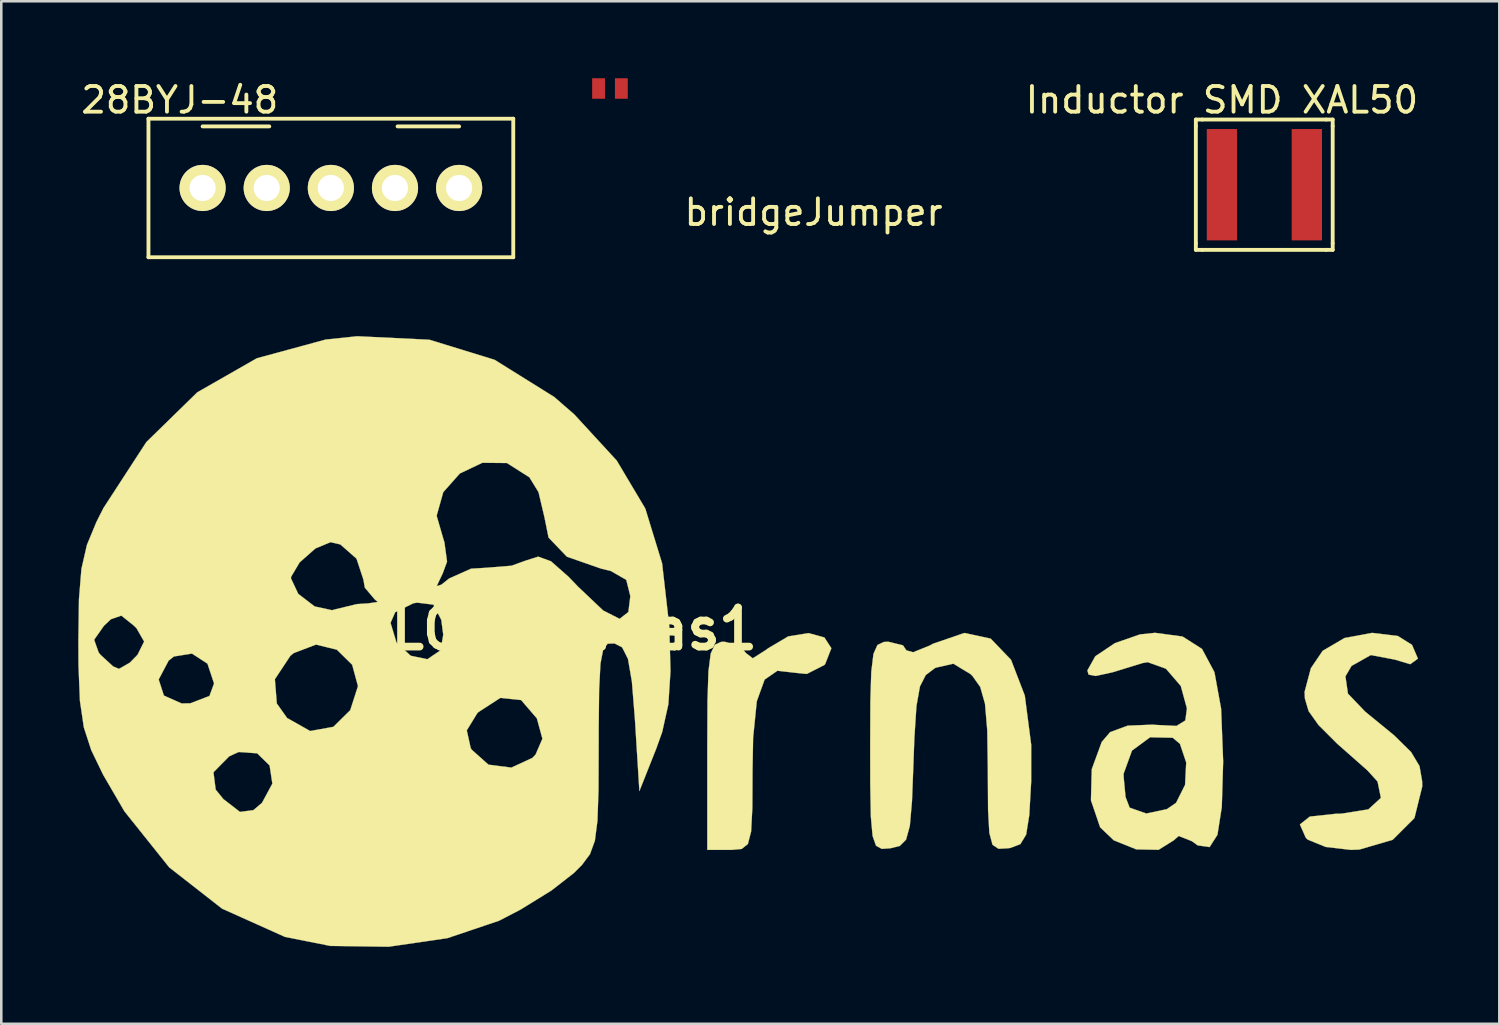
<source format=kicad_pcb>
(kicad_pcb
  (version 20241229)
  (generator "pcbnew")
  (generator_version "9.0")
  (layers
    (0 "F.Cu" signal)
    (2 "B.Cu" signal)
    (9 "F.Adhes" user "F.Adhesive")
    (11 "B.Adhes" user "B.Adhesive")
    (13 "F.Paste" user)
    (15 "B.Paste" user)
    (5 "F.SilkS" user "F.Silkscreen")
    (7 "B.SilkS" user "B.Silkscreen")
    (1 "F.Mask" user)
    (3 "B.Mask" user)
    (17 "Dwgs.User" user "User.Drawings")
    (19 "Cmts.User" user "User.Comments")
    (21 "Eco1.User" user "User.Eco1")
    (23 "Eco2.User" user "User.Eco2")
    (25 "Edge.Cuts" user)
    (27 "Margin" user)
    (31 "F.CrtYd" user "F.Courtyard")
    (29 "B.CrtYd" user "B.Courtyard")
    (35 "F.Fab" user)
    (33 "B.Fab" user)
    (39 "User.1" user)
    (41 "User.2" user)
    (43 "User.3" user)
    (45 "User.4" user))
  (footprint "28BYJ-48"
    (layer "F.Cu")
    (at 4.847 4.277)
    (property "Reference" "28BYJ-48" (at -0.889 -3.429 0) (layer "F.SilkS") (effects (font (size 1 1) (thickness 0.15))))
    (attr through_hole)
    (fp_line (start -2.11 -2.7) (end -2.11 2.7) (stroke (width 0.15) (type solid)) (layer "F.SilkS"))
    (fp_line (start -2.11 -2.7) (end 12.11 -2.7) (stroke (width 0.15) (type solid)) (layer "F.SilkS"))
    (fp_line (start 0 -2.4) (end 2.6 -2.4) (stroke (width 0.15) (type solid)) (layer "F.SilkS"))
    (fp_line (start 10 -2.4) (end 7.6 -2.4) (stroke (width 0.15) (type solid)) (layer "F.SilkS"))
    (fp_line (start 12.11 -2.7) (end 12.11 2.7) (stroke (width 0.15) (type solid)) (layer "F.SilkS"))
    (fp_line (start 12.11 2.7) (end -2.11 2.7) (stroke (width 0.15) (type solid)) (layer "F.SilkS"))
    (pad "1" thru_hole circle (at 10 0) (size 1.8 1.8) (drill 1.02) (layers "*.Cu" "*.Mask" "F.SilkS"))
    (pad "2" thru_hole circle (at 7.5 0) (size 1.8 1.8) (drill 1.02) (layers "*.Cu" "*.Mask" "F.SilkS"))
    (pad "3" thru_hole circle (at 5 0) (size 1.8 1.8) (drill 1.02) (layers "*.Cu" "*.Mask" "F.SilkS"))
    (pad "4" thru_hole circle (at 2.5 0) (size 1.8 1.8) (drill 1.02) (layers "*.Cu" "*.Mask" "F.SilkS"))
    (pad "5" thru_hole circle (at 0 0) (size 1.8 1.8) (drill 1.02) (layers "*.Cu" "*.Mask" "F.SilkS")))
  (footprint "Inductor SMD XAL50"
    (layer "F.Cu")
    (at 44.581 4.15)
    (property "Reference" "Inductor SMD XAL50" (at 0 -3.302 0) (layer "F.SilkS") (effects (font (size 1 1) (thickness 0.15))))
    (attr through_hole)
    (fp_line (start -1.016 -2.54) (end -0.762 -2.54) (stroke (width 0.15) (type solid)) (layer "F.SilkS"))
    (fp_line (start -1.016 -2.286) (end -1.016 -2.54) (stroke (width 0.15) (type solid)) (layer "F.SilkS"))
    (fp_line (start -1.016 2.286) (end -1.016 -2.286) (stroke (width 0.15) (type solid)) (layer "F.SilkS"))
    (fp_line (start -1.016 2.286) (end -1.016 2.54) (stroke (width 0.15) (type solid)) (layer "F.SilkS"))
    (fp_line (start -1.016 2.54) (end -0.762 2.54) (stroke (width 0.15) (type solid)) (layer "F.SilkS"))
    (fp_line (start -0.762 -2.54) (end 4.064 -2.54) (stroke (width 0.15) (type solid)) (layer "F.SilkS"))
    (fp_line (start 4.064 -2.54) (end 4.318 -2.54) (stroke (width 0.15) (type solid)) (layer "F.SilkS"))
    (fp_line (start 4.064 2.54) (end -0.762 2.54) (stroke (width 0.15) (type solid)) (layer "F.SilkS"))
    (fp_line (start 4.064 2.54) (end 4.318 2.54) (stroke (width 0.15) (type solid)) (layer "F.SilkS"))
    (fp_line (start 4.318 -2.54) (end 4.318 -2.286) (stroke (width 0.15) (type solid)) (layer "F.SilkS"))
    (fp_line (start 4.318 -2.286) (end 4.318 2.286) (stroke (width 0.15) (type solid)) (layer "F.SilkS"))
    (fp_line (start 4.318 2.54) (end 4.318 2.286) (stroke (width 0.15) (type solid)) (layer "F.SilkS"))
    (pad "1" smd rect (at 0 0) (size 1.18 4.34) (layers "F.Cu" "F.Mask" "F.Paste"))
    (pad "2" smd rect (at 3.31 0) (size 1.18 4.34) (layers "F.Cu" "F.Mask" "F.Paste")))
  (footprint "bridgeJumper"
    (layer "F.Cu")
    (at 20.282 0.4)
    (property "Reference" "bridgeJumper" (at 8.382 4.826 0) (layer "F.SilkS") (effects (font (size 1 1) (thickness 0.15))))
    (attr through_hole)
    (pad "1" smd rect (at 0 0) (size 0.5 0.8) (layers "F.Cu" "F.Mask" "F.Paste"))
    (pad "2" smd rect (at 0.889 0) (size 0.5 0.8) (layers "F.Cu" "F.Mask" "F.Paste")))
  (footprint "LOGO_irnas1"
    (layer "F.Cu")
    (at 25.931 21.965)
    (property "Reference" "LOGO_irnas1" (at -6.6 -0.5 0) (layer "F.SilkS") (effects (font (size 1.524 1.524) (thickness 0.3))))
    (attr through_hole)
    (fp_poly (pts (xy 3.154 -0.166) (xy 3.426 0.253) (xy 3.184 0.871) (xy 3.156 0.905) (xy 2.467 1.256) (xy 2.05 1.214) (xy 1.323 1.131) (xy 0.824 1.475) (xy 0.519 2.32) (xy 0.376 3.741) (xy 0.353 4.982) (xy 0.346 6.473) (xy 0.298 7.395) (xy 0.172 7.884) (xy -0.071 8.078) (xy -0.471 8.114) (xy -0.529 8.114) (xy -1.411 8.114) (xy -1.411 4.057) (xy -1.403 2.312) (xy -1.365 1.153) (xy -1.277 0.462) (xy -1.12 0.119) (xy -0.874 0.007) (xy -0.735 0) (xy -0.099 0.2) (xy 0.095 0.441) (xy 0.362 0.646) (xy 0.909 0.298) (xy 0.946 0.265) (xy 1.746 -0.209) (xy 2.539 -0.336) (xy 3.154 -0.166)) (stroke (width 0.01) (type solid)) (fill yes) (layer "F.SilkS"))
    (fp_poly (pts (xy 25.508 -0.223) (xy 26.059 0.121) (xy 26.291 0.659) (xy 25.99 0.876) (xy 25.379 0.694) (xy 24.454 0.519) (xy 23.702 0.943) (xy 23.465 1.349) (xy 23.562 2.023) (xy 24.231 2.723) (xy 25.356 3.643) (xy 26.024 4.3) (xy 26.352 4.847) (xy 26.454 5.434) (xy 26.458 5.644) (xy 26.154 6.874) (xy 25.306 7.721) (xy 24.006 8.101) (xy 23.679 8.114) (xy 22.694 7.999) (xy 21.998 7.716) (xy 21.918 7.64) (xy 21.69 7.121) (xy 22.077 6.816) (xy 23.113 6.704) (xy 23.304 6.703) (xy 24.358 6.534) (xy 24.847 6.087) (xy 24.717 5.451) (xy 24.326 5.019) (xy 23.146 3.977) (xy 22.415 3.247) (xy 22.029 2.703) (xy 21.885 2.215) (xy 21.872 1.956) (xy 22.118 1.031) (xy 22.578 0.353) (xy 23.431 -0.146) (xy 24.506 -0.345) (xy 25.508 -0.223)) (stroke (width 0.01) (type solid)) (fill yes) (layer "F.SilkS"))
    (fp_poly (pts (xy 9.636 -0.121) (xy 10.43 0.705) (xy 10.966 2.099) (xy 11.216 4.022) (xy 11.215 5.45) (xy 11.141 6.758) (xy 11.019 7.518) (xy 10.793 7.891) (xy 10.408 8.036) (xy 10.319 8.05) (xy 9.942 8.071) (xy 9.708 7.915) (xy 9.584 7.451) (xy 9.534 6.549) (xy 9.525 5.076) (xy 9.525 5.018) (xy 9.502 3.445) (xy 9.414 2.415) (xy 9.23 1.764) (xy 8.924 1.332) (xy 8.849 1.261) (xy 8.181 0.856) (xy 7.499 1.011) (xy 7.451 1.036) (xy 7.104 1.3) (xy 6.879 1.742) (xy 6.742 2.512) (xy 6.661 3.759) (xy 6.628 4.68) (xy 6.569 6.212) (xy 6.485 7.177) (xy 6.338 7.714) (xy 6.093 7.96) (xy 5.733 8.05) (xy 5.393 8.074) (xy 5.168 7.953) (xy 5.033 7.571) (xy 4.965 6.811) (xy 4.942 5.557) (xy 4.939 4.081) (xy 4.946 2.332) (xy 4.982 1.169) (xy 5.067 0.474) (xy 5.222 0.127) (xy 5.467 0.01) (xy 5.644 0) (xy 6.218 0.141) (xy 6.35 0.336) (xy 6.611 0.41) (xy 7.251 0.153) (xy 7.38 0.082) (xy 8.61 -0.342) (xy 9.636 -0.121)) (stroke (width 0.01) (type solid)) (fill yes) (layer "F.SilkS"))
    (fp_poly (pts (xy 17.117 -0.202) (xy 17.874 0.28) (xy 18.359 1.188) (xy 18.618 2.609) (xy 18.697 4.632) (xy 18.697 4.718) (xy 18.645 6.446) (xy 18.476 7.525) (xy 18.169 8.005) (xy 17.705 7.938) (xy 17.478 7.774) (xy 16.965 7.572) (xy 16.768 7.744) (xy 16.18 8.111) (xy 15.31 8.093) (xy 14.434 7.74) (xy 13.903 7.234) (xy 13.545 6.183) (xy 13.569 5.245) (xy 14.817 5.245) (xy 14.893 6.049) (xy 15.052 6.468) (xy 15.701 6.696) (xy 16.502 6.527) (xy 16.863 6.279) (xy 17.213 5.579) (xy 17.258 4.707) (xy 17.014 3.98) (xy 16.731 3.743) (xy 15.852 3.724) (xy 15.144 4.244) (xy 14.82 5.138) (xy 14.817 5.245) (xy 13.569 5.245) (xy 13.577 4.967) (xy 13.966 3.905) (xy 14.292 3.524) (xy 14.976 3.272) (xy 15.95 3.232) (xy 16.047 3.241) (xy 16.879 3.282) (xy 17.224 3.068) (xy 17.286 2.6) (xy 17.047 1.724) (xy 16.468 1.052) (xy 15.758 0.797) (xy 15.558 0.831) (xy 14.383 1.192) (xy 13.729 1.335) (xy 13.452 1.281) (xy 13.406 1.119) (xy 13.714 0.567) (xy 14.479 0.054) (xy 15.455 -0.285) (xy 16.042 -0.347) (xy 17.117 -0.202)) (stroke (width 0.01) (type solid)) (fill yes) (layer "F.SilkS"))
    (fp_poly (pts (xy -12.244 -11.772) (xy -9.702 -10.99) (xy -7.379 -9.542) (xy -6.597 -8.863) (xy -4.94 -7.061) (xy -3.827 -5.191) (xy -3.172 -3.055) (xy -2.892 -0.606) (xy -2.845 1.145) (xy -2.928 2.439) (xy -3.168 3.517) (xy -3.396 4.156) (xy -4.057 5.821) (xy -4.233 3.002) (xy -4.35 1.553) (xy -4.502 0.672) (xy -4.727 0.22) (xy -5.027 0.066) (xy -5.293 0.076) (xy -5.469 0.301) (xy -5.575 0.857) (xy -5.627 1.855) (xy -5.644 3.41) (xy -5.644 4.017) (xy -5.651 5.77) (xy -5.691 6.966) (xy -5.792 7.754) (xy -5.984 8.282) (xy -6.295 8.699) (xy -6.615 9.019) (xy -7.486 9.697) (xy -8.689 10.44) (xy -9.525 10.874) (xy -11.54 11.554) (xy -13.833 11.889) (xy -16.109 11.857) (xy -17.877 11.504) (xy -20.324 10.405) (xy -22.385 8.795) (xy -24.132 6.609) (xy -24.958 5.19) (xy -25.008 5.088) (xy -20.66 5.088) (xy -20.574 5.764) (xy -20.275 6.133) (xy -19.627 6.634) (xy -19.104 6.565) (xy -18.768 6.279) (xy -18.364 5.531) (xy -18.472 4.823) (xy -18.956 4.349) (xy -19.68 4.299) (xy -20.047 4.467) (xy -20.66 5.088) (xy -25.008 5.088) (xy -25.426 4.221) (xy -25.714 3.335) (xy -25.865 2.308) (xy -25.899 1.472) (xy -22.796 1.472) (xy -22.592 2.098) (xy -21.902 2.406) (xy -21.563 2.4) (xy -20.816 2.114) (xy -20.637 1.626) (xy -20.692 1.461) (xy -18.266 1.461) (xy -18.191 2.408) (xy -17.79 2.973) (xy -16.89 3.481) (xy -16.747 3.455) (xy -10.786 3.455) (xy -10.636 4.133) (xy -10.599 4.204) (xy -9.941 4.792) (xy -9.047 4.907) (xy -8.224 4.525) (xy -8.105 4.399) (xy -7.837 3.781) (xy -8.054 2.988) (xy -8.668 2.274) (xy -9.478 2.189) (xy -10.336 2.745) (xy -10.38 2.793) (xy -10.786 3.455) (xy -16.747 3.455) (xy -15.986 3.317) (xy -15.329 2.669) (xy -15.027 1.731) (xy -15.253 0.897) (xy -15.851 0.31) (xy -16.663 0.111) (xy -17.533 0.443) (xy -17.664 0.552) (xy -18.266 1.461) (xy -20.692 1.461) (xy -20.894 0.854) (xy -21.498 0.462) (xy -22.203 0.575) (xy -22.408 0.737) (xy -22.796 1.472) (xy -25.899 1.472) (xy -25.921 0.915) (xy -25.926 0) (xy -25.925 -0.078) (xy -25.312 -0.078) (xy -25.135 0.42) (xy -25.062 0.511) (xy -24.57 0.963) (xy -24.342 1.058) (xy -23.922 0.818) (xy -23.621 0.511) (xy -23.363 -0.008) (xy -23.659 -0.524) (xy -23.755 -0.622) (xy -23.896 -0.735) (xy -13.758 -0.735) (xy -13.525 0.033) (xy -12.972 0.546) (xy -12.323 0.682) (xy -11.806 0.333) (xy -11.703 -0.276) (xy -11.78 -0.854) (xy -12.086 -1.446) (xy -12.722 -1.524) (xy -12.871 -1.498) (xy -13.575 -1.153) (xy -13.758 -0.735) (xy -23.896 -0.735) (xy -24.251 -1.018) (xy -24.658 -0.877) (xy -24.929 -0.622) (xy -25.312 -0.078) (xy -25.925 -0.078) (xy -25.903 -1.661) (xy -25.837 -2.469) (xy -17.639 -2.469) (xy -17.354 -1.864) (xy -16.714 -1.375) (xy -16.036 -1.228) (xy -15.918 -1.262) (xy -15.069 -1.467) (xy -14.64 -1.494) (xy -14.256 -1.549) (xy -14.376 -1.653) (xy -14.759 -2.106) (xy -14.817 -2.428) (xy -15.084 -3.238) (xy -15.713 -3.792) (xy -16.097 -3.881) (xy -16.685 -3.637) (xy -17.3 -3.094) (xy -17.632 -2.535) (xy -17.639 -2.469) (xy -25.837 -2.469) (xy -25.806 -2.844) (xy -25.593 -3.773) (xy -25.22 -4.674) (xy -25.1 -4.911) (xy -11.961 -4.911) (xy -11.673 -3.918) (xy -11.661 -3.9) (xy -11.555 -3.121) (xy -11.724 -2.665) (xy -11.959 -2.169) (xy -11.773 -2.226) (xy -11.474 -2.465) (xy -10.619 -2.847) (xy -10.024 -2.883) (xy -9.041 -2.963) (xy -8.49 -3.162) (xy -8.001 -3.317) (xy -7.505 -3.137) (xy -6.821 -2.534) (xy -6.442 -2.14) (xy -5.468 -1.217) (xy -4.827 -0.892) (xy -4.487 -1.158) (xy -4.41 -1.779) (xy -4.569 -2.412) (xy -5.172 -2.758) (xy -5.554 -2.851) (xy -6.883 -3.315) (xy -7.598 -4.06) (xy -7.761 -4.866) (xy -7.989 -5.83) (xy -8.345 -6.41) (xy -9.222 -6.966) (xy -10.178 -6.976) (xy -11.057 -6.558) (xy -11.703 -5.83) (xy -11.961 -4.911) (xy -25.1 -4.911) (xy -24.945 -5.216) (xy -23.276 -7.783) (xy -21.29 -9.723) (xy -18.968 -11.05) (xy -16.29 -11.778) (xy -15.054 -11.908) (xy -12.244 -11.772)) (stroke (width 0.01) (type solid)) (fill yes) (layer "F.SilkS")))
  (gr_rect
    (start -3 -3)
    (end 55.394 36.859)
    (stroke (width 0.1) (type default))
    (fill no)
    (layer "Edge.Cuts")))
</source>
